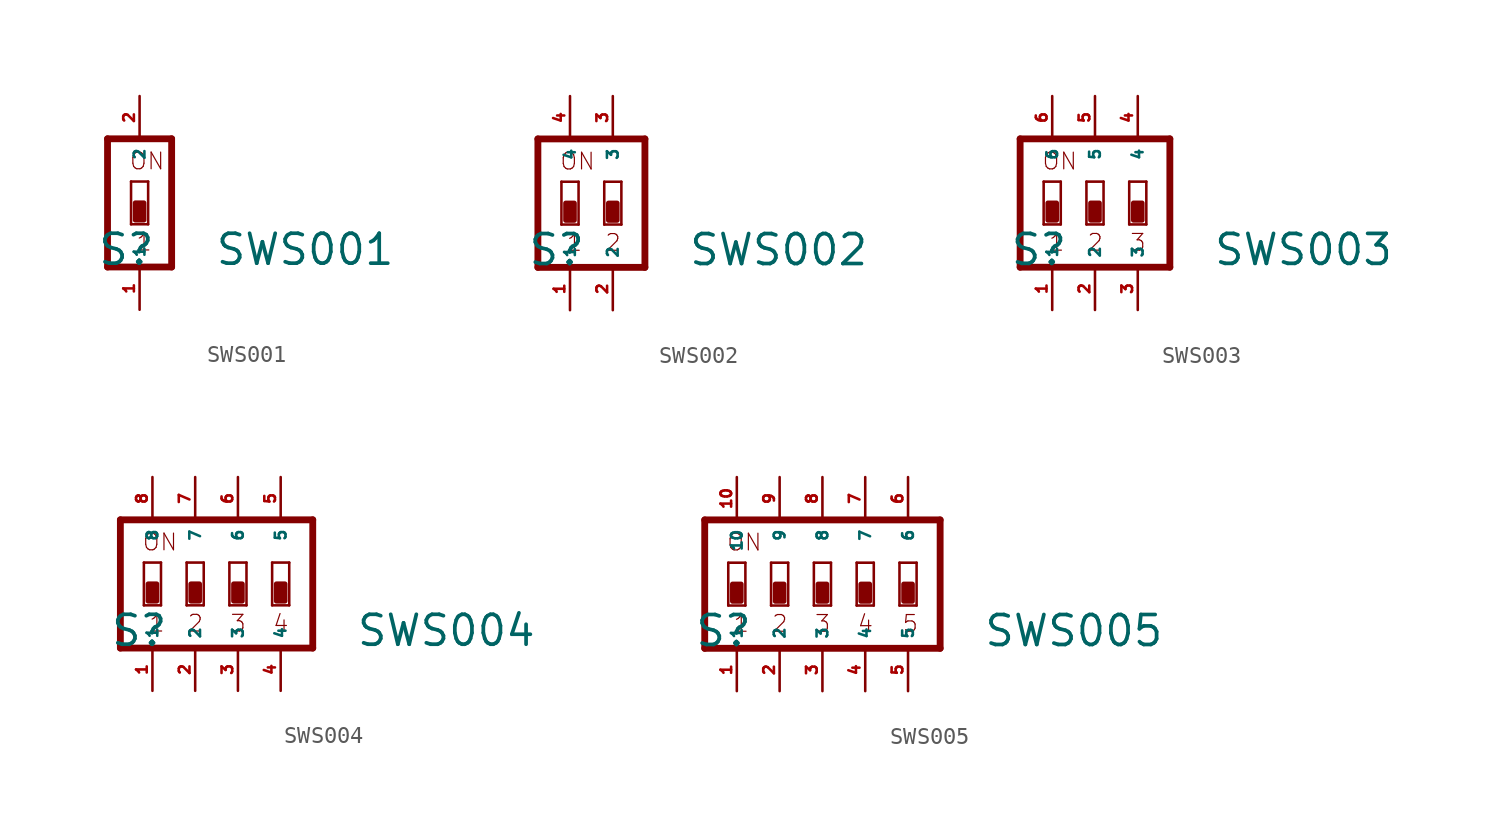
<source format=kicad_sym>
(kicad_symbol_lib
  (version 20220914)
  (generator Eagle2Kicad)
  (symbol "SWS001"
    (property "Reference" "S"
      (at -2.54 -2.54 0)
      (effects (font (size 1.778 1.778) (thickness 0.22)) (justify left bottom)))
    (property "Value" "SWS001"
      (at 4.445 -2.54 0)
      (effects (font (size 1.778 1.778) (thickness 0.22)) (justify left bottom)))
    (polyline
      (pts (xy 0.508 0) (xy -0.508 0))
      (stroke (width 0.152) (type default))
      (fill (type none)))
    (polyline
      (pts (xy -0.508 2.54) (xy 0.508 2.54))
      (stroke (width 0.152) (type default))
      (fill (type none)))
    (polyline
      (pts (xy 0.508 2.54) (xy 0.508 0))
      (stroke (width 0.152) (type default))
      (fill (type none)))
    (polyline
      (pts (xy -0.508 0) (xy -0.508 2.54))
      (stroke (width 0.152) (type default))
      (fill (type none)))
    (polyline
      (pts (xy 1.905 5.08) (xy -1.905 5.08))
      (stroke (width 0.406) (type default))
      (fill (type none)))
    (polyline
      (pts (xy -1.905 5.08) (xy -1.905 -2.54))
      (stroke (width 0.406) (type default))
      (fill (type none)))
    (polyline
      (pts (xy -1.905 -2.54) (xy 1.905 -2.54))
      (stroke (width 0.406) (type default))
      (fill (type none)))
    (polyline
      (pts (xy 1.905 -2.54) (xy 1.905 5.08))
      (stroke (width 0.406) (type default))
      (fill (type none)))
    (text "ON"
      (at -0.635 3.175 0)
      (effects (font (size 0.991 0.991) (thickness 0.07)) (justify left bottom)))
    (text "1"
      (at -0.254 -1.651 0)
      (effects (font (size 0.991 0.991) (thickness 0.07)) (justify left bottom)))
    (rectangle
      (start -0.254 0.254)
      (end 0.254 1.27)
      (stroke (width 0.3) (type default))
      (fill (type outline)))
    (pin passive line
      (at 0 7.62 270)
      (length 2.54)
      (name "2" (effects (font (size 0.635 0.635) (thickness 0.08)) (justify left bottom)))
      (number "2" (effects (font (size 0.635 0.635) (thickness 0.08)) (justify left bottom))))
    (pin passive line
      (at 0 -5.08 90)
      (length 2.54)
      (name "1" (effects (font (size 0.635 0.635) (thickness 0.08)) (justify left bottom)))
      (number "1" (effects (font (size 0.635 0.635) (thickness 0.08)) (justify left bottom)))))
  (symbol "SWS002"
    (property "Reference" "S"
      (at -2.54 -2.54 0)
      (effects (font (size 1.778 1.778) (thickness 0.22)) (justify left bottom)))
    (property "Value" "SWS002"
      (at 6.985 -2.54 0)
      (effects (font (size 1.778 1.778) (thickness 0.22)) (justify left bottom)))
    (polyline
      (pts (xy 3.048 0) (xy 2.032 0))
      (stroke (width 0.152) (type default))
      (fill (type none)))
    (polyline
      (pts (xy 2.032 2.54) (xy 3.048 2.54))
      (stroke (width 0.152) (type default))
      (fill (type none)))
    (polyline
      (pts (xy 3.048 2.54) (xy 3.048 0))
      (stroke (width 0.152) (type default))
      (fill (type none)))
    (polyline
      (pts (xy 2.032 0) (xy 2.032 2.54))
      (stroke (width 0.152) (type default))
      (fill (type none)))
    (polyline
      (pts (xy 0.508 0) (xy -0.508 0))
      (stroke (width 0.152) (type default))
      (fill (type none)))
    (polyline
      (pts (xy -0.508 2.54) (xy 0.508 2.54))
      (stroke (width 0.152) (type default))
      (fill (type none)))
    (polyline
      (pts (xy 0.508 2.54) (xy 0.508 0))
      (stroke (width 0.152) (type default))
      (fill (type none)))
    (polyline
      (pts (xy -0.508 0) (xy -0.508 2.54))
      (stroke (width 0.152) (type default))
      (fill (type none)))
    (polyline
      (pts (xy 4.445 5.08) (xy -1.905 5.08))
      (stroke (width 0.406) (type default))
      (fill (type none)))
    (polyline
      (pts (xy -1.905 5.08) (xy -1.905 -2.54))
      (stroke (width 0.406) (type default))
      (fill (type none)))
    (polyline
      (pts (xy -1.905 -2.54) (xy 4.445 -2.54))
      (stroke (width 0.406) (type default))
      (fill (type none)))
    (polyline
      (pts (xy 4.445 -2.54) (xy 4.445 5.08))
      (stroke (width 0.406) (type default))
      (fill (type none)))
    (text "ON"
      (at -0.635 3.175 0)
      (effects (font (size 0.991 0.991) (thickness 0.07)) (justify left bottom)))
    (text "1"
      (at -0.254 -1.651 0)
      (effects (font (size 0.991 0.991) (thickness 0.07)) (justify left bottom)))
    (text "2"
      (at 2.032 -1.651 0)
      (effects (font (size 0.991 0.991) (thickness 0.07)) (justify left bottom)))
    (rectangle
      (start -0.254 0.254)
      (end 0.254 1.27)
      (stroke (width 0.3) (type default))
      (fill (type outline)))
    (rectangle
      (start 2.286 0.254)
      (end 2.794 1.27)
      (stroke (width 0.3) (type default))
      (fill (type outline)))
    (pin passive line
      (at 2.54 7.62 270)
      (length 2.54)
      (name "3" (effects (font (size 0.635 0.635) (thickness 0.08)) (justify left bottom)))
      (number "3" (effects (font (size 0.635 0.635) (thickness 0.08)) (justify left bottom))))
    (pin passive line
      (at 0 7.62 270)
      (length 2.54)
      (name "4" (effects (font (size 0.635 0.635) (thickness 0.08)) (justify left bottom)))
      (number "4" (effects (font (size 0.635 0.635) (thickness 0.08)) (justify left bottom))))
    (pin passive line
      (at 0 -5.08 90)
      (length 2.54)
      (name "1" (effects (font (size 0.635 0.635) (thickness 0.08)) (justify left bottom)))
      (number "1" (effects (font (size 0.635 0.635) (thickness 0.08)) (justify left bottom))))
    (pin passive line
      (at 2.54 -5.08 90)
      (length 2.54)
      (name "2" (effects (font (size 0.635 0.635) (thickness 0.08)) (justify left bottom)))
      (number "2" (effects (font (size 0.635 0.635) (thickness 0.08)) (justify left bottom)))))
  (symbol "SWS003"
    (property "Reference" "S"
      (at -5.08 -2.54 0)
      (effects (font (size 1.778 1.778) (thickness 0.22)) (justify left bottom)))
    (property "Value" "SWS003"
      (at 6.985 -2.54 0)
      (effects (font (size 1.778 1.778) (thickness 0.22)) (justify left bottom)))
    (polyline
      (pts (xy 3.048 0) (xy 2.032 0))
      (stroke (width 0.152) (type default))
      (fill (type none)))
    (polyline
      (pts (xy 2.032 2.54) (xy 3.048 2.54))
      (stroke (width 0.152) (type default))
      (fill (type none)))
    (polyline
      (pts (xy 3.048 2.54) (xy 3.048 0))
      (stroke (width 0.152) (type default))
      (fill (type none)))
    (polyline
      (pts (xy 2.032 0) (xy 2.032 2.54))
      (stroke (width 0.152) (type default))
      (fill (type none)))
    (polyline
      (pts (xy 0.508 0) (xy -0.508 0))
      (stroke (width 0.152) (type default))
      (fill (type none)))
    (polyline
      (pts (xy -0.508 2.54) (xy 0.508 2.54))
      (stroke (width 0.152) (type default))
      (fill (type none)))
    (polyline
      (pts (xy 0.508 2.54) (xy 0.508 0))
      (stroke (width 0.152) (type default))
      (fill (type none)))
    (polyline
      (pts (xy -0.508 0) (xy -0.508 2.54))
      (stroke (width 0.152) (type default))
      (fill (type none)))
    (polyline
      (pts (xy -2.032 0) (xy -3.048 0))
      (stroke (width 0.152) (type default))
      (fill (type none)))
    (polyline
      (pts (xy -3.048 2.54) (xy -2.032 2.54))
      (stroke (width 0.152) (type default))
      (fill (type none)))
    (polyline
      (pts (xy -2.032 2.54) (xy -2.032 0))
      (stroke (width 0.152) (type default))
      (fill (type none)))
    (polyline
      (pts (xy -3.048 0) (xy -3.048 2.54))
      (stroke (width 0.152) (type default))
      (fill (type none)))
    (polyline
      (pts (xy 4.445 5.08) (xy -4.445 5.08))
      (stroke (width 0.406) (type default))
      (fill (type none)))
    (polyline
      (pts (xy -4.445 5.08) (xy -4.445 -2.54))
      (stroke (width 0.406) (type default))
      (fill (type none)))
    (polyline
      (pts (xy -4.445 -2.54) (xy 4.445 -2.54))
      (stroke (width 0.406) (type default))
      (fill (type none)))
    (polyline
      (pts (xy 4.445 -2.54) (xy 4.445 5.08))
      (stroke (width 0.406) (type default))
      (fill (type none)))
    (text "ON"
      (at -3.175 3.175 0)
      (effects (font (size 0.991 0.991) (thickness 0.07)) (justify left bottom)))
    (text "1"
      (at -2.794 -1.651 0)
      (effects (font (size 0.991 0.991) (thickness 0.07)) (justify left bottom)))
    (text "2"
      (at -0.508 -1.651 0)
      (effects (font (size 0.991 0.991) (thickness 0.07)) (justify left bottom)))
    (text "3"
      (at 2.032 -1.651 0)
      (effects (font (size 0.991 0.991) (thickness 0.07)) (justify left bottom)))
    (rectangle
      (start -2.794 0.254)
      (end -2.286 1.27)
      (stroke (width 0.3) (type default))
      (fill (type outline)))
    (rectangle
      (start -0.254 0.254)
      (end 0.254 1.27)
      (stroke (width 0.3) (type default))
      (fill (type outline)))
    (rectangle
      (start 2.286 0.254)
      (end 2.794 1.27)
      (stroke (width 0.3) (type default))
      (fill (type outline)))
    (pin passive line
      (at 2.54 7.62 270)
      (length 2.54)
      (name "4" (effects (font (size 0.635 0.635) (thickness 0.08)) (justify left bottom)))
      (number "4" (effects (font (size 0.635 0.635) (thickness 0.08)) (justify left bottom))))
    (pin passive line
      (at 0 7.62 270)
      (length 2.54)
      (name "5" (effects (font (size 0.635 0.635) (thickness 0.08)) (justify left bottom)))
      (number "5" (effects (font (size 0.635 0.635) (thickness 0.08)) (justify left bottom))))
    (pin passive line
      (at -2.54 7.62 270)
      (length 2.54)
      (name "6" (effects (font (size 0.635 0.635) (thickness 0.08)) (justify left bottom)))
      (number "6" (effects (font (size 0.635 0.635) (thickness 0.08)) (justify left bottom))))
    (pin passive line
      (at -2.54 -5.08 90)
      (length 2.54)
      (name "1" (effects (font (size 0.635 0.635) (thickness 0.08)) (justify left bottom)))
      (number "1" (effects (font (size 0.635 0.635) (thickness 0.08)) (justify left bottom))))
    (pin passive line
      (at 0 -5.08 90)
      (length 2.54)
      (name "2" (effects (font (size 0.635 0.635) (thickness 0.08)) (justify left bottom)))
      (number "2" (effects (font (size 0.635 0.635) (thickness 0.08)) (justify left bottom))))
    (pin passive line
      (at 2.54 -5.08 90)
      (length 2.54)
      (name "3" (effects (font (size 0.635 0.635) (thickness 0.08)) (justify left bottom)))
      (number "3" (effects (font (size 0.635 0.635) (thickness 0.08)) (justify left bottom)))))
  (symbol "SWS004"
    (property "Reference" "S"
      (at -5.08 -2.54 0)
      (effects (font (size 1.778 1.778) (thickness 0.22)) (justify left bottom)))
    (property "Value" "SWS004"
      (at 9.525 -2.54 0)
      (effects (font (size 1.778 1.778) (thickness 0.22)) (justify left bottom)))
    (polyline
      (pts (xy 5.588 0) (xy 4.572 0))
      (stroke (width 0.152) (type default))
      (fill (type none)))
    (polyline
      (pts (xy 4.572 2.54) (xy 5.588 2.54))
      (stroke (width 0.152) (type default))
      (fill (type none)))
    (polyline
      (pts (xy 5.588 2.54) (xy 5.588 0))
      (stroke (width 0.152) (type default))
      (fill (type none)))
    (polyline
      (pts (xy 4.572 0) (xy 4.572 2.54))
      (stroke (width 0.152) (type default))
      (fill (type none)))
    (polyline
      (pts (xy 3.048 0) (xy 2.032 0))
      (stroke (width 0.152) (type default))
      (fill (type none)))
    (polyline
      (pts (xy 2.032 2.54) (xy 3.048 2.54))
      (stroke (width 0.152) (type default))
      (fill (type none)))
    (polyline
      (pts (xy 3.048 2.54) (xy 3.048 0))
      (stroke (width 0.152) (type default))
      (fill (type none)))
    (polyline
      (pts (xy 2.032 0) (xy 2.032 2.54))
      (stroke (width 0.152) (type default))
      (fill (type none)))
    (polyline
      (pts (xy 0.508 0) (xy -0.508 0))
      (stroke (width 0.152) (type default))
      (fill (type none)))
    (polyline
      (pts (xy -0.508 2.54) (xy 0.508 2.54))
      (stroke (width 0.152) (type default))
      (fill (type none)))
    (polyline
      (pts (xy 0.508 2.54) (xy 0.508 0))
      (stroke (width 0.152) (type default))
      (fill (type none)))
    (polyline
      (pts (xy -0.508 0) (xy -0.508 2.54))
      (stroke (width 0.152) (type default))
      (fill (type none)))
    (polyline
      (pts (xy -2.032 0) (xy -3.048 0))
      (stroke (width 0.152) (type default))
      (fill (type none)))
    (polyline
      (pts (xy -3.048 2.54) (xy -2.032 2.54))
      (stroke (width 0.152) (type default))
      (fill (type none)))
    (polyline
      (pts (xy -2.032 2.54) (xy -2.032 0))
      (stroke (width 0.152) (type default))
      (fill (type none)))
    (polyline
      (pts (xy -3.048 0) (xy -3.048 2.54))
      (stroke (width 0.152) (type default))
      (fill (type none)))
    (polyline
      (pts (xy 6.985 5.08) (xy -4.445 5.08))
      (stroke (width 0.406) (type default))
      (fill (type none)))
    (polyline
      (pts (xy -4.445 5.08) (xy -4.445 -2.54))
      (stroke (width 0.406) (type default))
      (fill (type none)))
    (polyline
      (pts (xy -4.445 -2.54) (xy 6.985 -2.54))
      (stroke (width 0.406) (type default))
      (fill (type none)))
    (polyline
      (pts (xy 6.985 -2.54) (xy 6.985 5.08))
      (stroke (width 0.406) (type default))
      (fill (type none)))
    (text "ON"
      (at -3.175 3.175 0)
      (effects (font (size 0.991 0.991) (thickness 0.07)) (justify left bottom)))
    (text "1"
      (at -2.794 -1.651 0)
      (effects (font (size 0.991 0.991) (thickness 0.07)) (justify left bottom)))
    (text "2"
      (at -0.508 -1.651 0)
      (effects (font (size 0.991 0.991) (thickness 0.07)) (justify left bottom)))
    (text "3"
      (at 2.032 -1.651 0)
      (effects (font (size 0.991 0.991) (thickness 0.07)) (justify left bottom)))
    (text "4"
      (at 4.572 -1.651 0)
      (effects (font (size 0.991 0.991) (thickness 0.07)) (justify left bottom)))
    (rectangle
      (start -2.794 0.254)
      (end -2.286 1.27)
      (stroke (width 0.3) (type default))
      (fill (type outline)))
    (rectangle
      (start -0.254 0.254)
      (end 0.254 1.27)
      (stroke (width 0.3) (type default))
      (fill (type outline)))
    (rectangle
      (start 2.286 0.254)
      (end 2.794 1.27)
      (stroke (width 0.3) (type default))
      (fill (type outline)))
    (rectangle
      (start 4.826 0.254)
      (end 5.334 1.27)
      (stroke (width 0.3) (type default))
      (fill (type outline)))
    (pin passive line
      (at 5.08 7.62 270)
      (length 2.54)
      (name "5" (effects (font (size 0.635 0.635) (thickness 0.08)) (justify left bottom)))
      (number "5" (effects (font (size 0.635 0.635) (thickness 0.08)) (justify left bottom))))
    (pin passive line
      (at 2.54 7.62 270)
      (length 2.54)
      (name "6" (effects (font (size 0.635 0.635) (thickness 0.08)) (justify left bottom)))
      (number "6" (effects (font (size 0.635 0.635) (thickness 0.08)) (justify left bottom))))
    (pin passive line
      (at 0 7.62 270)
      (length 2.54)
      (name "7" (effects (font (size 0.635 0.635) (thickness 0.08)) (justify left bottom)))
      (number "7" (effects (font (size 0.635 0.635) (thickness 0.08)) (justify left bottom))))
    (pin passive line
      (at -2.54 7.62 270)
      (length 2.54)
      (name "8" (effects (font (size 0.635 0.635) (thickness 0.08)) (justify left bottom)))
      (number "8" (effects (font (size 0.635 0.635) (thickness 0.08)) (justify left bottom))))
    (pin passive line
      (at -2.54 -5.08 90)
      (length 2.54)
      (name "1" (effects (font (size 0.635 0.635) (thickness 0.08)) (justify left bottom)))
      (number "1" (effects (font (size 0.635 0.635) (thickness 0.08)) (justify left bottom))))
    (pin passive line
      (at 0 -5.08 90)
      (length 2.54)
      (name "2" (effects (font (size 0.635 0.635) (thickness 0.08)) (justify left bottom)))
      (number "2" (effects (font (size 0.635 0.635) (thickness 0.08)) (justify left bottom))))
    (pin passive line
      (at 2.54 -5.08 90)
      (length 2.54)
      (name "3" (effects (font (size 0.635 0.635) (thickness 0.08)) (justify left bottom)))
      (number "3" (effects (font (size 0.635 0.635) (thickness 0.08)) (justify left bottom))))
    (pin passive line
      (at 5.08 -5.08 90)
      (length 2.54)
      (name "4" (effects (font (size 0.635 0.635) (thickness 0.08)) (justify left bottom)))
      (number "4" (effects (font (size 0.635 0.635) (thickness 0.08)) (justify left bottom)))))
  (symbol "SWS005"
    (property "Reference" "S"
      (at -7.62 -2.54 0)
      (effects (font (size 1.778 1.778) (thickness 0.22)) (justify left bottom)))
    (property "Value" "SWS005"
      (at 9.525 -2.54 0)
      (effects (font (size 1.778 1.778) (thickness 0.22)) (justify left bottom)))
    (polyline
      (pts (xy 5.588 0) (xy 4.572 0))
      (stroke (width 0.152) (type default))
      (fill (type none)))
    (polyline
      (pts (xy 4.572 2.54) (xy 5.588 2.54))
      (stroke (width 0.152) (type default))
      (fill (type none)))
    (polyline
      (pts (xy 5.588 2.54) (xy 5.588 0))
      (stroke (width 0.152) (type default))
      (fill (type none)))
    (polyline
      (pts (xy 4.572 0) (xy 4.572 2.54))
      (stroke (width 0.152) (type default))
      (fill (type none)))
    (polyline
      (pts (xy 3.048 0) (xy 2.032 0))
      (stroke (width 0.152) (type default))
      (fill (type none)))
    (polyline
      (pts (xy 2.032 2.54) (xy 3.048 2.54))
      (stroke (width 0.152) (type default))
      (fill (type none)))
    (polyline
      (pts (xy 3.048 2.54) (xy 3.048 0))
      (stroke (width 0.152) (type default))
      (fill (type none)))
    (polyline
      (pts (xy 2.032 0) (xy 2.032 2.54))
      (stroke (width 0.152) (type default))
      (fill (type none)))
    (polyline
      (pts (xy 0.508 0) (xy -0.508 0))
      (stroke (width 0.152) (type default))
      (fill (type none)))
    (polyline
      (pts (xy -0.508 2.54) (xy 0.508 2.54))
      (stroke (width 0.152) (type default))
      (fill (type none)))
    (polyline
      (pts (xy 0.508 2.54) (xy 0.508 0))
      (stroke (width 0.152) (type default))
      (fill (type none)))
    (polyline
      (pts (xy -0.508 0) (xy -0.508 2.54))
      (stroke (width 0.152) (type default))
      (fill (type none)))
    (polyline
      (pts (xy -2.032 0) (xy -3.048 0))
      (stroke (width 0.152) (type default))
      (fill (type none)))
    (polyline
      (pts (xy -3.048 2.54) (xy -2.032 2.54))
      (stroke (width 0.152) (type default))
      (fill (type none)))
    (polyline
      (pts (xy -2.032 2.54) (xy -2.032 0))
      (stroke (width 0.152) (type default))
      (fill (type none)))
    (polyline
      (pts (xy -3.048 0) (xy -3.048 2.54))
      (stroke (width 0.152) (type default))
      (fill (type none)))
    (polyline
      (pts (xy -4.572 0) (xy -5.588 0))
      (stroke (width 0.152) (type default))
      (fill (type none)))
    (polyline
      (pts (xy -5.588 2.54) (xy -4.572 2.54))
      (stroke (width 0.152) (type default))
      (fill (type none)))
    (polyline
      (pts (xy -4.572 2.54) (xy -4.572 0))
      (stroke (width 0.152) (type default))
      (fill (type none)))
    (polyline
      (pts (xy -5.588 0) (xy -5.588 2.54))
      (stroke (width 0.152) (type default))
      (fill (type none)))
    (polyline
      (pts (xy 6.985 5.08) (xy -6.985 5.08))
      (stroke (width 0.406) (type default))
      (fill (type none)))
    (polyline
      (pts (xy -6.985 5.08) (xy -6.985 -2.54))
      (stroke (width 0.406) (type default))
      (fill (type none)))
    (polyline
      (pts (xy -6.985 -2.54) (xy 6.985 -2.54))
      (stroke (width 0.406) (type default))
      (fill (type none)))
    (polyline
      (pts (xy 6.985 -2.54) (xy 6.985 5.08))
      (stroke (width 0.406) (type default))
      (fill (type none)))
    (text "ON"
      (at -5.715 3.175 0)
      (effects (font (size 0.991 0.991) (thickness 0.07)) (justify left bottom)))
    (text "1"
      (at -5.334 -1.651 0)
      (effects (font (size 0.991 0.991) (thickness 0.07)) (justify left bottom)))
    (text "2"
      (at -3.048 -1.651 0)
      (effects (font (size 0.991 0.991) (thickness 0.07)) (justify left bottom)))
    (text "3"
      (at -0.508 -1.651 0)
      (effects (font (size 0.991 0.991) (thickness 0.07)) (justify left bottom)))
    (text "4"
      (at 2.032 -1.651 0)
      (effects (font (size 0.991 0.991) (thickness 0.07)) (justify left bottom)))
    (text "5"
      (at 4.699 -1.651 0)
      (effects (font (size 0.991 0.991) (thickness 0.07)) (justify left bottom)))
    (rectangle
      (start -5.334 0.254)
      (end -4.826 1.27)
      (stroke (width 0.3) (type default))
      (fill (type outline)))
    (rectangle
      (start -2.794 0.254)
      (end -2.286 1.27)
      (stroke (width 0.3) (type default))
      (fill (type outline)))
    (rectangle
      (start -0.254 0.254)
      (end 0.254 1.27)
      (stroke (width 0.3) (type default))
      (fill (type outline)))
    (rectangle
      (start 2.286 0.254)
      (end 2.794 1.27)
      (stroke (width 0.3) (type default))
      (fill (type outline)))
    (rectangle
      (start 4.826 0.254)
      (end 5.334 1.27)
      (stroke (width 0.3) (type default))
      (fill (type outline)))
    (pin passive line
      (at 5.08 7.62 270)
      (length 2.54)
      (name "6" (effects (font (size 0.635 0.635) (thickness 0.08)) (justify left bottom)))
      (number "6" (effects (font (size 0.635 0.635) (thickness 0.08)) (justify left bottom))))
    (pin passive line
      (at 2.54 7.62 270)
      (length 2.54)
      (name "7" (effects (font (size 0.635 0.635) (thickness 0.08)) (justify left bottom)))
      (number "7" (effects (font (size 0.635 0.635) (thickness 0.08)) (justify left bottom))))
    (pin passive line
      (at 0 7.62 270)
      (length 2.54)
      (name "8" (effects (font (size 0.635 0.635) (thickness 0.08)) (justify left bottom)))
      (number "8" (effects (font (size 0.635 0.635) (thickness 0.08)) (justify left bottom))))
    (pin passive line
      (at -2.54 7.62 270)
      (length 2.54)
      (name "9" (effects (font (size 0.635 0.635) (thickness 0.08)) (justify left bottom)))
      (number "9" (effects (font (size 0.635 0.635) (thickness 0.08)) (justify left bottom))))
    (pin passive line
      (at -5.08 7.62 270)
      (length 2.54)
      (name "10" (effects (font (size 0.635 0.635) (thickness 0.08)) (justify left bottom)))
      (number "10" (effects (font (size 0.635 0.635) (thickness 0.08)) (justify left bottom))))
    (pin passive line
      (at -5.08 -5.08 90)
      (length 2.54)
      (name "1" (effects (font (size 0.635 0.635) (thickness 0.08)) (justify left bottom)))
      (number "1" (effects (font (size 0.635 0.635) (thickness 0.08)) (justify left bottom))))
    (pin passive line
      (at -2.54 -5.08 90)
      (length 2.54)
      (name "2" (effects (font (size 0.635 0.635) (thickness 0.08)) (justify left bottom)))
      (number "2" (effects (font (size 0.635 0.635) (thickness 0.08)) (justify left bottom))))
    (pin passive line
      (at 0 -5.08 90)
      (length 2.54)
      (name "3" (effects (font (size 0.635 0.635) (thickness 0.08)) (justify left bottom)))
      (number "3" (effects (font (size 0.635 0.635) (thickness 0.08)) (justify left bottom))))
    (pin passive line
      (at 2.54 -5.08 90)
      (length 2.54)
      (name "4" (effects (font (size 0.635 0.635) (thickness 0.08)) (justify left bottom)))
      (number "4" (effects (font (size 0.635 0.635) (thickness 0.08)) (justify left bottom))))
    (pin passive line
      (at 5.08 -5.08 90)
      (length 2.54)
      (name "5" (effects (font (size 0.635 0.635) (thickness 0.08)) (justify left bottom)))
      (number "5" (effects (font (size 0.635 0.635) (thickness 0.08)) (justify left bottom))))))
</source>
